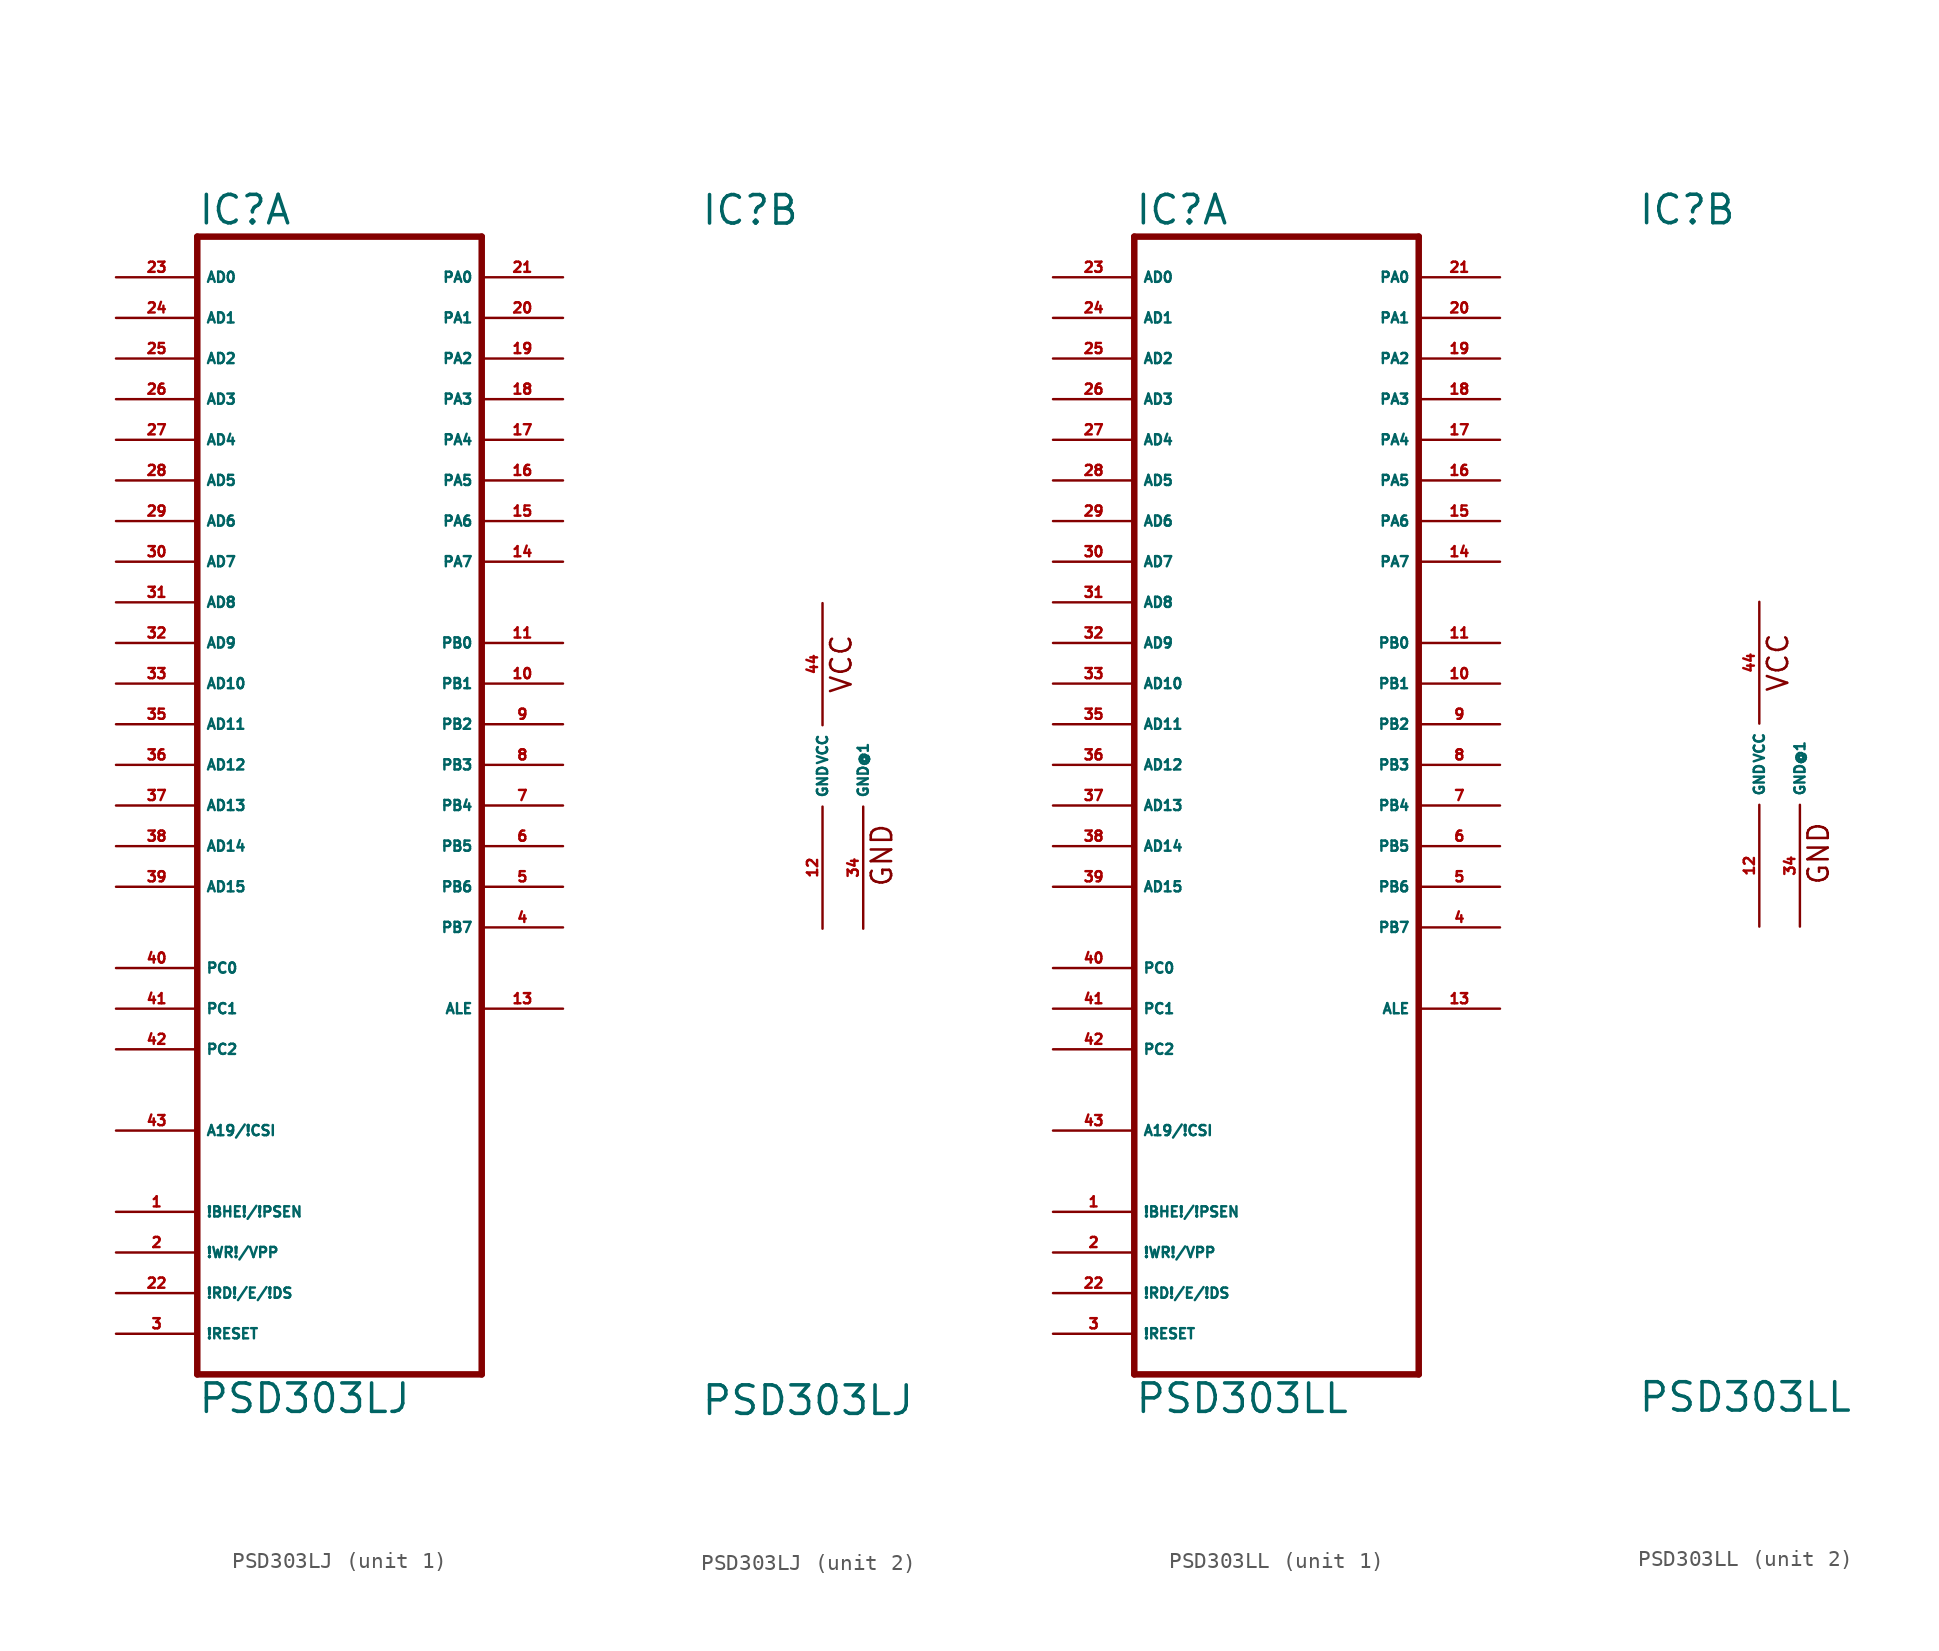
<source format=kicad_sym>
(kicad_symbol_lib
  (version 20220914)
  (generator Eagle2Kicad)
  (symbol "PSD303LJ"
    (property "Reference" "IC"
      (at -7.62 33.655 0)
      (effects (font (size 1.778 1.778) (thickness 0.22)) (justify left bottom)))
    (property "Value" "PSD303LJ"
      (at -7.62 -40.64 0)
      (effects (font (size 1.778 1.778) (thickness 0.22)) (justify left bottom)))
    (symbol "PSD303LJ_1_0"
      (polyline (pts (xy -7.62 -38.1) (xy 10.16 -38.1)) (stroke (width 0.406) (type default)) (fill (type none)))
      (polyline (pts (xy 10.16 -38.1) (xy 10.16 33.02)) (stroke (width 0.406) (type default)) (fill (type none)))
      (polyline (pts (xy 10.16 33.02) (xy -7.62 33.02)) (stroke (width 0.406) (type default)) (fill (type none)))
      (polyline (pts (xy -7.62 33.02) (xy -7.62 -38.1)) (stroke (width 0.406) (type default)) (fill (type none)))
      (pin input line (at -12.7 30.48 0) (length 5.08) (name "AD0" (effects (font (size 0.635 0.635) (thickness 0.08)) (justify left bottom))) (number "23" (effects (font (size 0.635 0.635) (thickness 0.08)) (justify left bottom))))
      (pin input line (at -12.7 27.94 0) (length 5.08) (name "AD1" (effects (font (size 0.635 0.635) (thickness 0.08)) (justify left bottom))) (number "24" (effects (font (size 0.635 0.635) (thickness 0.08)) (justify left bottom))))
      (pin input line (at -12.7 25.4 0) (length 5.08) (name "AD2" (effects (font (size 0.635 0.635) (thickness 0.08)) (justify left bottom))) (number "25" (effects (font (size 0.635 0.635) (thickness 0.08)) (justify left bottom))))
      (pin input line (at -12.7 22.86 0) (length 5.08) (name "AD3" (effects (font (size 0.635 0.635) (thickness 0.08)) (justify left bottom))) (number "26" (effects (font (size 0.635 0.635) (thickness 0.08)) (justify left bottom))))
      (pin input line (at -12.7 20.32 0) (length 5.08) (name "AD4" (effects (font (size 0.635 0.635) (thickness 0.08)) (justify left bottom))) (number "27" (effects (font (size 0.635 0.635) (thickness 0.08)) (justify left bottom))))
      (pin input line (at -12.7 17.78 0) (length 5.08) (name "AD5" (effects (font (size 0.635 0.635) (thickness 0.08)) (justify left bottom))) (number "28" (effects (font (size 0.635 0.635) (thickness 0.08)) (justify left bottom))))
      (pin input line (at -12.7 15.24 0) (length 5.08) (name "AD6" (effects (font (size 0.635 0.635) (thickness 0.08)) (justify left bottom))) (number "29" (effects (font (size 0.635 0.635) (thickness 0.08)) (justify left bottom))))
      (pin input line (at -12.7 12.7 0) (length 5.08) (name "AD7" (effects (font (size 0.635 0.635) (thickness 0.08)) (justify left bottom))) (number "30" (effects (font (size 0.635 0.635) (thickness 0.08)) (justify left bottom))))
      (pin input line (at -12.7 10.16 0) (length 5.08) (name "AD8" (effects (font (size 0.635 0.635) (thickness 0.08)) (justify left bottom))) (number "31" (effects (font (size 0.635 0.635) (thickness 0.08)) (justify left bottom))))
      (pin input line (at -12.7 7.62 0) (length 5.08) (name "AD9" (effects (font (size 0.635 0.635) (thickness 0.08)) (justify left bottom))) (number "32" (effects (font (size 0.635 0.635) (thickness 0.08)) (justify left bottom))))
      (pin input line (at -12.7 5.08 0) (length 5.08) (name "AD10" (effects (font (size 0.635 0.635) (thickness 0.08)) (justify left bottom))) (number "33" (effects (font (size 0.635 0.635) (thickness 0.08)) (justify left bottom))))
      (pin input line (at -12.7 2.54 0) (length 5.08) (name "AD11" (effects (font (size 0.635 0.635) (thickness 0.08)) (justify left bottom))) (number "35" (effects (font (size 0.635 0.635) (thickness 0.08)) (justify left bottom))))
      (pin input line (at -12.7 0 0) (length 5.08) (name "AD12" (effects (font (size 0.635 0.635) (thickness 0.08)) (justify left bottom))) (number "36" (effects (font (size 0.635 0.635) (thickness 0.08)) (justify left bottom))))
      (pin input line (at -12.7 -2.54 0) (length 5.08) (name "AD13" (effects (font (size 0.635 0.635) (thickness 0.08)) (justify left bottom))) (number "37" (effects (font (size 0.635 0.635) (thickness 0.08)) (justify left bottom))))
      (pin input line (at -12.7 -5.08 0) (length 5.08) (name "AD14" (effects (font (size 0.635 0.635) (thickness 0.08)) (justify left bottom))) (number "38" (effects (font (size 0.635 0.635) (thickness 0.08)) (justify left bottom))))
      (pin input line (at -12.7 -7.62 0) (length 5.08) (name "AD15" (effects (font (size 0.635 0.635) (thickness 0.08)) (justify left bottom))) (number "39" (effects (font (size 0.635 0.635) (thickness 0.08)) (justify left bottom))))
      (pin input line (at -12.7 -12.7 0) (length 5.08) (name "PC0" (effects (font (size 0.635 0.635) (thickness 0.08)) (justify left bottom))) (number "40" (effects (font (size 0.635 0.635) (thickness 0.08)) (justify left bottom))))
      (pin input line (at -12.7 -15.24 0) (length 5.08) (name "PC1" (effects (font (size 0.635 0.635) (thickness 0.08)) (justify left bottom))) (number "41" (effects (font (size 0.635 0.635) (thickness 0.08)) (justify left bottom))))
      (pin input line (at -12.7 -17.78 0) (length 5.08) (name "PC2" (effects (font (size 0.635 0.635) (thickness 0.08)) (justify left bottom))) (number "42" (effects (font (size 0.635 0.635) (thickness 0.08)) (justify left bottom))))
      (pin input line (at -12.7 -22.86 0) (length 5.08) (name "A19/!CSI" (effects (font (size 0.635 0.635) (thickness 0.08)) (justify left bottom))) (number "43" (effects (font (size 0.635 0.635) (thickness 0.08)) (justify left bottom))))
      (pin bidirectional line (at 15.24 30.48 180) (length 5.08) (name "PA0" (effects (font (size 0.635 0.635) (thickness 0.08)) (justify left bottom))) (number "21" (effects (font (size 0.635 0.635) (thickness 0.08)) (justify left bottom))))
      (pin bidirectional line (at 15.24 27.94 180) (length 5.08) (name "PA1" (effects (font (size 0.635 0.635) (thickness 0.08)) (justify left bottom))) (number "20" (effects (font (size 0.635 0.635) (thickness 0.08)) (justify left bottom))))
      (pin bidirectional line (at 15.24 25.4 180) (length 5.08) (name "PA2" (effects (font (size 0.635 0.635) (thickness 0.08)) (justify left bottom))) (number "19" (effects (font (size 0.635 0.635) (thickness 0.08)) (justify left bottom))))
      (pin bidirectional line (at 15.24 22.86 180) (length 5.08) (name "PA3" (effects (font (size 0.635 0.635) (thickness 0.08)) (justify left bottom))) (number "18" (effects (font (size 0.635 0.635) (thickness 0.08)) (justify left bottom))))
      (pin bidirectional line (at 15.24 20.32 180) (length 5.08) (name "PA4" (effects (font (size 0.635 0.635) (thickness 0.08)) (justify left bottom))) (number "17" (effects (font (size 0.635 0.635) (thickness 0.08)) (justify left bottom))))
      (pin bidirectional line (at 15.24 17.78 180) (length 5.08) (name "PA5" (effects (font (size 0.635 0.635) (thickness 0.08)) (justify left bottom))) (number "16" (effects (font (size 0.635 0.635) (thickness 0.08)) (justify left bottom))))
      (pin bidirectional line (at 15.24 15.24 180) (length 5.08) (name "PA6" (effects (font (size 0.635 0.635) (thickness 0.08)) (justify left bottom))) (number "15" (effects (font (size 0.635 0.635) (thickness 0.08)) (justify left bottom))))
      (pin bidirectional line (at 15.24 12.7 180) (length 5.08) (name "PA7" (effects (font (size 0.635 0.635) (thickness 0.08)) (justify left bottom))) (number "14" (effects (font (size 0.635 0.635) (thickness 0.08)) (justify left bottom))))
      (pin output line (at 15.24 7.62 180) (length 5.08) (name "PB0" (effects (font (size 0.635 0.635) (thickness 0.08)) (justify left bottom))) (number "11" (effects (font (size 0.635 0.635) (thickness 0.08)) (justify left bottom))))
      (pin output line (at 15.24 5.08 180) (length 5.08) (name "PB1" (effects (font (size 0.635 0.635) (thickness 0.08)) (justify left bottom))) (number "10" (effects (font (size 0.635 0.635) (thickness 0.08)) (justify left bottom))))
      (pin output line (at 15.24 2.54 180) (length 5.08) (name "PB2" (effects (font (size 0.635 0.635) (thickness 0.08)) (justify left bottom))) (number "9" (effects (font (size 0.635 0.635) (thickness 0.08)) (justify left bottom))))
      (pin output line (at 15.24 0 180) (length 5.08) (name "PB3" (effects (font (size 0.635 0.635) (thickness 0.08)) (justify left bottom))) (number "8" (effects (font (size 0.635 0.635) (thickness 0.08)) (justify left bottom))))
      (pin output line (at 15.24 -2.54 180) (length 5.08) (name "PB4" (effects (font (size 0.635 0.635) (thickness 0.08)) (justify left bottom))) (number "7" (effects (font (size 0.635 0.635) (thickness 0.08)) (justify left bottom))))
      (pin output line (at 15.24 -5.08 180) (length 5.08) (name "PB5" (effects (font (size 0.635 0.635) (thickness 0.08)) (justify left bottom))) (number "6" (effects (font (size 0.635 0.635) (thickness 0.08)) (justify left bottom))))
      (pin output line (at 15.24 -7.62 180) (length 5.08) (name "PB6" (effects (font (size 0.635 0.635) (thickness 0.08)) (justify left bottom))) (number "5" (effects (font (size 0.635 0.635) (thickness 0.08)) (justify left bottom))))
      (pin output line (at 15.24 -10.16 180) (length 5.08) (name "PB7" (effects (font (size 0.635 0.635) (thickness 0.08)) (justify left bottom))) (number "4" (effects (font (size 0.635 0.635) (thickness 0.08)) (justify left bottom))))
      (pin output line (at 15.24 -15.24 180) (length 5.08) (name "ALE" (effects (font (size 0.635 0.635) (thickness 0.08)) (justify left bottom))) (number "13" (effects (font (size 0.635 0.635) (thickness 0.08)) (justify left bottom))))
      (pin input line (at -12.7 -27.94 0) (length 5.08) (name "!BHE!/!PSEN" (effects (font (size 0.635 0.635) (thickness 0.08)) (justify left bottom))) (number "1" (effects (font (size 0.635 0.635) (thickness 0.08)) (justify left bottom))))
      (pin input line (at -12.7 -30.48 0) (length 5.08) (name "!WR!/VPP" (effects (font (size 0.635 0.635) (thickness 0.08)) (justify left bottom))) (number "2" (effects (font (size 0.635 0.635) (thickness 0.08)) (justify left bottom))))
      (pin input line (at -12.7 -33.02 0) (length 5.08) (name "!RD!/E/!DS" (effects (font (size 0.635 0.635) (thickness 0.08)) (justify left bottom))) (number "22" (effects (font (size 0.635 0.635) (thickness 0.08)) (justify left bottom))))
      (pin input line (at -12.7 -35.56 0) (length 5.08) (name "!RESET" (effects (font (size 0.635 0.635) (thickness 0.08)) (justify left bottom))) (number "3" (effects (font (size 0.635 0.635) (thickness 0.08)) (justify left bottom)))))
    (symbol "PSD303LJ_2_0"
      (text "VCC" (at 1.905 4.445 900) (effects (font (size 1.27 1.27) (thickness 0.16)) (justify left bottom)))
      (text "GND" (at 4.445 -7.62 900) (effects (font (size 1.27 1.27) (thickness 0.16)) (justify left bottom)))
      (pin unspecified line (at 0 10.16 270) (length 7.62) (name "VCC" (effects (font (size 0.635 0.635) (thickness 0.08)) (justify left bottom))) (number "44" (effects (font (size 0.635 0.635) (thickness 0.08)) (justify left bottom))))
      (pin unspecified line (at 0 -10.16 90) (length 7.62) (name "GND" (effects (font (size 0.635 0.635) (thickness 0.08)) (justify left bottom))) (number "12" (effects (font (size 0.635 0.635) (thickness 0.08)) (justify left bottom))))
      (pin unspecified line (at 2.54 -10.16 90) (length 7.62) (name "GND@1" (effects (font (size 0.635 0.635) (thickness 0.08)) (justify left bottom))) (number "34" (effects (font (size 0.635 0.635) (thickness 0.08)) (justify left bottom))))))
  (symbol "PSD303LL"
    (property "Reference" "IC"
      (at -7.62 33.655 0)
      (effects (font (size 1.778 1.778) (thickness 0.22)) (justify left bottom)))
    (property "Value" "PSD303LL"
      (at -7.62 -40.64 0)
      (effects (font (size 1.778 1.778) (thickness 0.22)) (justify left bottom)))
    (symbol "PSD303LL_1_0"
      (polyline (pts (xy -7.62 -38.1) (xy 10.16 -38.1)) (stroke (width 0.406) (type default)) (fill (type none)))
      (polyline (pts (xy 10.16 -38.1) (xy 10.16 33.02)) (stroke (width 0.406) (type default)) (fill (type none)))
      (polyline (pts (xy 10.16 33.02) (xy -7.62 33.02)) (stroke (width 0.406) (type default)) (fill (type none)))
      (polyline (pts (xy -7.62 33.02) (xy -7.62 -38.1)) (stroke (width 0.406) (type default)) (fill (type none)))
      (pin input line (at -12.7 30.48 0) (length 5.08) (name "AD0" (effects (font (size 0.635 0.635) (thickness 0.08)) (justify left bottom))) (number "23" (effects (font (size 0.635 0.635) (thickness 0.08)) (justify left bottom))))
      (pin input line (at -12.7 27.94 0) (length 5.08) (name "AD1" (effects (font (size 0.635 0.635) (thickness 0.08)) (justify left bottom))) (number "24" (effects (font (size 0.635 0.635) (thickness 0.08)) (justify left bottom))))
      (pin input line (at -12.7 25.4 0) (length 5.08) (name "AD2" (effects (font (size 0.635 0.635) (thickness 0.08)) (justify left bottom))) (number "25" (effects (font (size 0.635 0.635) (thickness 0.08)) (justify left bottom))))
      (pin input line (at -12.7 22.86 0) (length 5.08) (name "AD3" (effects (font (size 0.635 0.635) (thickness 0.08)) (justify left bottom))) (number "26" (effects (font (size 0.635 0.635) (thickness 0.08)) (justify left bottom))))
      (pin input line (at -12.7 20.32 0) (length 5.08) (name "AD4" (effects (font (size 0.635 0.635) (thickness 0.08)) (justify left bottom))) (number "27" (effects (font (size 0.635 0.635) (thickness 0.08)) (justify left bottom))))
      (pin input line (at -12.7 17.78 0) (length 5.08) (name "AD5" (effects (font (size 0.635 0.635) (thickness 0.08)) (justify left bottom))) (number "28" (effects (font (size 0.635 0.635) (thickness 0.08)) (justify left bottom))))
      (pin input line (at -12.7 15.24 0) (length 5.08) (name "AD6" (effects (font (size 0.635 0.635) (thickness 0.08)) (justify left bottom))) (number "29" (effects (font (size 0.635 0.635) (thickness 0.08)) (justify left bottom))))
      (pin input line (at -12.7 12.7 0) (length 5.08) (name "AD7" (effects (font (size 0.635 0.635) (thickness 0.08)) (justify left bottom))) (number "30" (effects (font (size 0.635 0.635) (thickness 0.08)) (justify left bottom))))
      (pin input line (at -12.7 10.16 0) (length 5.08) (name "AD8" (effects (font (size 0.635 0.635) (thickness 0.08)) (justify left bottom))) (number "31" (effects (font (size 0.635 0.635) (thickness 0.08)) (justify left bottom))))
      (pin input line (at -12.7 7.62 0) (length 5.08) (name "AD9" (effects (font (size 0.635 0.635) (thickness 0.08)) (justify left bottom))) (number "32" (effects (font (size 0.635 0.635) (thickness 0.08)) (justify left bottom))))
      (pin input line (at -12.7 5.08 0) (length 5.08) (name "AD10" (effects (font (size 0.635 0.635) (thickness 0.08)) (justify left bottom))) (number "33" (effects (font (size 0.635 0.635) (thickness 0.08)) (justify left bottom))))
      (pin input line (at -12.7 2.54 0) (length 5.08) (name "AD11" (effects (font (size 0.635 0.635) (thickness 0.08)) (justify left bottom))) (number "35" (effects (font (size 0.635 0.635) (thickness 0.08)) (justify left bottom))))
      (pin input line (at -12.7 0 0) (length 5.08) (name "AD12" (effects (font (size 0.635 0.635) (thickness 0.08)) (justify left bottom))) (number "36" (effects (font (size 0.635 0.635) (thickness 0.08)) (justify left bottom))))
      (pin input line (at -12.7 -2.54 0) (length 5.08) (name "AD13" (effects (font (size 0.635 0.635) (thickness 0.08)) (justify left bottom))) (number "37" (effects (font (size 0.635 0.635) (thickness 0.08)) (justify left bottom))))
      (pin input line (at -12.7 -5.08 0) (length 5.08) (name "AD14" (effects (font (size 0.635 0.635) (thickness 0.08)) (justify left bottom))) (number "38" (effects (font (size 0.635 0.635) (thickness 0.08)) (justify left bottom))))
      (pin input line (at -12.7 -7.62 0) (length 5.08) (name "AD15" (effects (font (size 0.635 0.635) (thickness 0.08)) (justify left bottom))) (number "39" (effects (font (size 0.635 0.635) (thickness 0.08)) (justify left bottom))))
      (pin input line (at -12.7 -12.7 0) (length 5.08) (name "PC0" (effects (font (size 0.635 0.635) (thickness 0.08)) (justify left bottom))) (number "40" (effects (font (size 0.635 0.635) (thickness 0.08)) (justify left bottom))))
      (pin input line (at -12.7 -15.24 0) (length 5.08) (name "PC1" (effects (font (size 0.635 0.635) (thickness 0.08)) (justify left bottom))) (number "41" (effects (font (size 0.635 0.635) (thickness 0.08)) (justify left bottom))))
      (pin input line (at -12.7 -17.78 0) (length 5.08) (name "PC2" (effects (font (size 0.635 0.635) (thickness 0.08)) (justify left bottom))) (number "42" (effects (font (size 0.635 0.635) (thickness 0.08)) (justify left bottom))))
      (pin input line (at -12.7 -22.86 0) (length 5.08) (name "A19/!CSI" (effects (font (size 0.635 0.635) (thickness 0.08)) (justify left bottom))) (number "43" (effects (font (size 0.635 0.635) (thickness 0.08)) (justify left bottom))))
      (pin bidirectional line (at 15.24 30.48 180) (length 5.08) (name "PA0" (effects (font (size 0.635 0.635) (thickness 0.08)) (justify left bottom))) (number "21" (effects (font (size 0.635 0.635) (thickness 0.08)) (justify left bottom))))
      (pin bidirectional line (at 15.24 27.94 180) (length 5.08) (name "PA1" (effects (font (size 0.635 0.635) (thickness 0.08)) (justify left bottom))) (number "20" (effects (font (size 0.635 0.635) (thickness 0.08)) (justify left bottom))))
      (pin bidirectional line (at 15.24 25.4 180) (length 5.08) (name "PA2" (effects (font (size 0.635 0.635) (thickness 0.08)) (justify left bottom))) (number "19" (effects (font (size 0.635 0.635) (thickness 0.08)) (justify left bottom))))
      (pin bidirectional line (at 15.24 22.86 180) (length 5.08) (name "PA3" (effects (font (size 0.635 0.635) (thickness 0.08)) (justify left bottom))) (number "18" (effects (font (size 0.635 0.635) (thickness 0.08)) (justify left bottom))))
      (pin bidirectional line (at 15.24 20.32 180) (length 5.08) (name "PA4" (effects (font (size 0.635 0.635) (thickness 0.08)) (justify left bottom))) (number "17" (effects (font (size 0.635 0.635) (thickness 0.08)) (justify left bottom))))
      (pin bidirectional line (at 15.24 17.78 180) (length 5.08) (name "PA5" (effects (font (size 0.635 0.635) (thickness 0.08)) (justify left bottom))) (number "16" (effects (font (size 0.635 0.635) (thickness 0.08)) (justify left bottom))))
      (pin bidirectional line (at 15.24 15.24 180) (length 5.08) (name "PA6" (effects (font (size 0.635 0.635) (thickness 0.08)) (justify left bottom))) (number "15" (effects (font (size 0.635 0.635) (thickness 0.08)) (justify left bottom))))
      (pin bidirectional line (at 15.24 12.7 180) (length 5.08) (name "PA7" (effects (font (size 0.635 0.635) (thickness 0.08)) (justify left bottom))) (number "14" (effects (font (size 0.635 0.635) (thickness 0.08)) (justify left bottom))))
      (pin output line (at 15.24 7.62 180) (length 5.08) (name "PB0" (effects (font (size 0.635 0.635) (thickness 0.08)) (justify left bottom))) (number "11" (effects (font (size 0.635 0.635) (thickness 0.08)) (justify left bottom))))
      (pin output line (at 15.24 5.08 180) (length 5.08) (name "PB1" (effects (font (size 0.635 0.635) (thickness 0.08)) (justify left bottom))) (number "10" (effects (font (size 0.635 0.635) (thickness 0.08)) (justify left bottom))))
      (pin output line (at 15.24 2.54 180) (length 5.08) (name "PB2" (effects (font (size 0.635 0.635) (thickness 0.08)) (justify left bottom))) (number "9" (effects (font (size 0.635 0.635) (thickness 0.08)) (justify left bottom))))
      (pin output line (at 15.24 0 180) (length 5.08) (name "PB3" (effects (font (size 0.635 0.635) (thickness 0.08)) (justify left bottom))) (number "8" (effects (font (size 0.635 0.635) (thickness 0.08)) (justify left bottom))))
      (pin output line (at 15.24 -2.54 180) (length 5.08) (name "PB4" (effects (font (size 0.635 0.635) (thickness 0.08)) (justify left bottom))) (number "7" (effects (font (size 0.635 0.635) (thickness 0.08)) (justify left bottom))))
      (pin output line (at 15.24 -5.08 180) (length 5.08) (name "PB5" (effects (font (size 0.635 0.635) (thickness 0.08)) (justify left bottom))) (number "6" (effects (font (size 0.635 0.635) (thickness 0.08)) (justify left bottom))))
      (pin output line (at 15.24 -7.62 180) (length 5.08) (name "PB6" (effects (font (size 0.635 0.635) (thickness 0.08)) (justify left bottom))) (number "5" (effects (font (size 0.635 0.635) (thickness 0.08)) (justify left bottom))))
      (pin output line (at 15.24 -10.16 180) (length 5.08) (name "PB7" (effects (font (size 0.635 0.635) (thickness 0.08)) (justify left bottom))) (number "4" (effects (font (size 0.635 0.635) (thickness 0.08)) (justify left bottom))))
      (pin output line (at 15.24 -15.24 180) (length 5.08) (name "ALE" (effects (font (size 0.635 0.635) (thickness 0.08)) (justify left bottom))) (number "13" (effects (font (size 0.635 0.635) (thickness 0.08)) (justify left bottom))))
      (pin input line (at -12.7 -27.94 0) (length 5.08) (name "!BHE!/!PSEN" (effects (font (size 0.635 0.635) (thickness 0.08)) (justify left bottom))) (number "1" (effects (font (size 0.635 0.635) (thickness 0.08)) (justify left bottom))))
      (pin input line (at -12.7 -30.48 0) (length 5.08) (name "!WR!/VPP" (effects (font (size 0.635 0.635) (thickness 0.08)) (justify left bottom))) (number "2" (effects (font (size 0.635 0.635) (thickness 0.08)) (justify left bottom))))
      (pin input line (at -12.7 -33.02 0) (length 5.08) (name "!RD!/E/!DS" (effects (font (size 0.635 0.635) (thickness 0.08)) (justify left bottom))) (number "22" (effects (font (size 0.635 0.635) (thickness 0.08)) (justify left bottom))))
      (pin input line (at -12.7 -35.56 0) (length 5.08) (name "!RESET" (effects (font (size 0.635 0.635) (thickness 0.08)) (justify left bottom))) (number "3" (effects (font (size 0.635 0.635) (thickness 0.08)) (justify left bottom)))))
    (symbol "PSD303LL_2_0"
      (text "VCC" (at 1.905 4.445 900) (effects (font (size 1.27 1.27) (thickness 0.16)) (justify left bottom)))
      (text "GND" (at 4.445 -7.62 900) (effects (font (size 1.27 1.27) (thickness 0.16)) (justify left bottom)))
      (pin unspecified line (at 0 10.16 270) (length 7.62) (name "VCC" (effects (font (size 0.635 0.635) (thickness 0.08)) (justify left bottom))) (number "44" (effects (font (size 0.635 0.635) (thickness 0.08)) (justify left bottom))))
      (pin unspecified line (at 0 -10.16 90) (length 7.62) (name "GND" (effects (font (size 0.635 0.635) (thickness 0.08)) (justify left bottom))) (number "12" (effects (font (size 0.635 0.635) (thickness 0.08)) (justify left bottom))))
      (pin unspecified line (at 2.54 -10.16 90) (length 7.62) (name "GND@1" (effects (font (size 0.635 0.635) (thickness 0.08)) (justify left bottom))) (number "34" (effects (font (size 0.635 0.635) (thickness 0.08)) (justify left bottom)))))))
</source>
